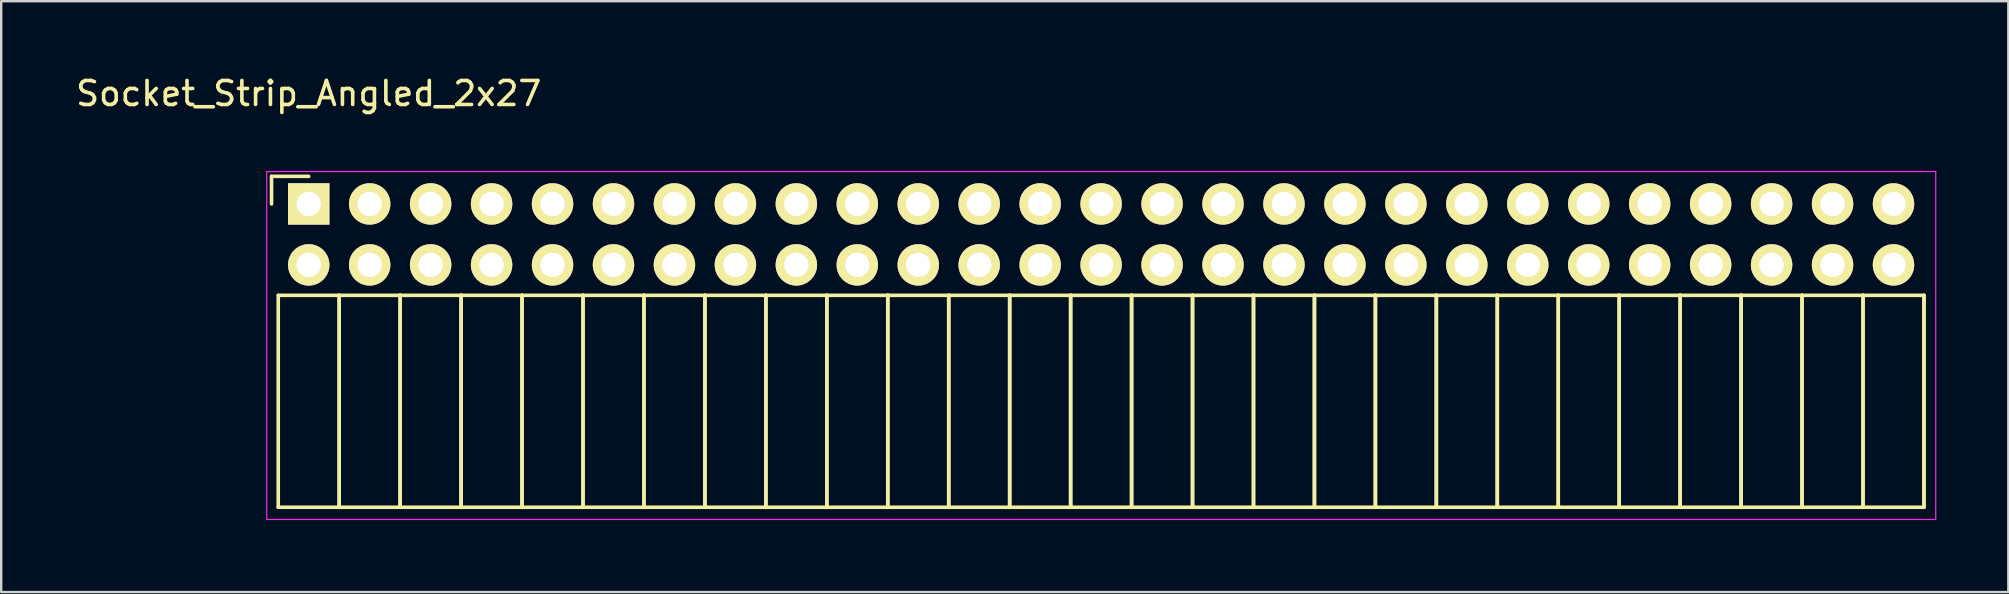
<source format=kicad_pcb>
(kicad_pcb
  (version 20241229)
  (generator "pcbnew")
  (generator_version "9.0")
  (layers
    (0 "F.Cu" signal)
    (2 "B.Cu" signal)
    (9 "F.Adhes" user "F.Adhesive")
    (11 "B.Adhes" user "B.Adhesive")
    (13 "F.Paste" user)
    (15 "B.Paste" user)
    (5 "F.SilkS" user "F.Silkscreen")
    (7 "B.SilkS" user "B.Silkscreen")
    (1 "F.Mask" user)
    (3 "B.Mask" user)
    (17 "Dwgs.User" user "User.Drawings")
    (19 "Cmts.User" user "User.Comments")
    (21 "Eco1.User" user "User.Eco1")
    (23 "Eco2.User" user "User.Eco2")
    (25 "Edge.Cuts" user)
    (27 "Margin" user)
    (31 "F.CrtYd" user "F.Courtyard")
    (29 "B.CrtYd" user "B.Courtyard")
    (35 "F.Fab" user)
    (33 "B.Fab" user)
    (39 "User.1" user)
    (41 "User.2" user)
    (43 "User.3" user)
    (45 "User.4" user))
  (footprint "Socket_Strip_Angled_2x27"
    (layer "F.Cu")
    (at 9.815 5.448)
    (property "Reference" "Socket_Strip_Angled_2x27" (at 0 -4.6 0) (layer "F.SilkS") (effects (font (size 1 1) (thickness 0.15))))
    (attr through_hole)
    (fp_line (start -1.55 -1.15) (end -1.55 0) (stroke (width 0.15) (type solid)) (layer "F.SilkS"))
    (fp_line (start -1.27 3.81) (end -1.27 12.64) (stroke (width 0.15) (type solid)) (layer "F.SilkS"))
    (fp_line (start -1.27 3.81) (end 1.27 3.81) (stroke (width 0.15) (type solid)) (layer "F.SilkS"))
    (fp_line (start -1.27 12.64) (end 1.27 12.64) (stroke (width 0.15) (type solid)) (layer "F.SilkS"))
    (fp_line (start 0 -1.15) (end -1.55 -1.15) (stroke (width 0.15) (type solid)) (layer "F.SilkS"))
    (fp_line (start 1.27 3.81) (end 1.27 12.64) (stroke (width 0.15) (type solid)) (layer "F.SilkS"))
    (fp_line (start 1.27 3.81) (end 3.81 3.81) (stroke (width 0.15) (type solid)) (layer "F.SilkS"))
    (fp_line (start 1.27 12.64) (end 1.27 3.81) (stroke (width 0.15) (type solid)) (layer "F.SilkS"))
    (fp_line (start 1.27 12.64) (end 3.81 12.64) (stroke (width 0.15) (type solid)) (layer "F.SilkS"))
    (fp_line (start 3.81 3.81) (end 3.81 12.64) (stroke (width 0.15) (type solid)) (layer "F.SilkS"))
    (fp_line (start 3.81 3.81) (end 6.35 3.81) (stroke (width 0.15) (type solid)) (layer "F.SilkS"))
    (fp_line (start 3.81 12.64) (end 3.81 3.81) (stroke (width 0.15) (type solid)) (layer "F.SilkS"))
    (fp_line (start 3.81 12.64) (end 6.35 12.64) (stroke (width 0.15) (type solid)) (layer "F.SilkS"))
    (fp_line (start 6.35 3.81) (end 6.35 12.64) (stroke (width 0.15) (type solid)) (layer "F.SilkS"))
    (fp_line (start 6.35 3.81) (end 8.89 3.81) (stroke (width 0.15) (type solid)) (layer "F.SilkS"))
    (fp_line (start 6.35 12.64) (end 6.35 3.81) (stroke (width 0.15) (type solid)) (layer "F.SilkS"))
    (fp_line (start 6.35 12.64) (end 8.89 12.64) (stroke (width 0.15) (type solid)) (layer "F.SilkS"))
    (fp_line (start 8.89 3.81) (end 8.89 12.64) (stroke (width 0.15) (type solid)) (layer "F.SilkS"))
    (fp_line (start 8.89 3.81) (end 11.43 3.81) (stroke (width 0.15) (type solid)) (layer "F.SilkS"))
    (fp_line (start 8.89 12.64) (end 8.89 3.81) (stroke (width 0.15) (type solid)) (layer "F.SilkS"))
    (fp_line (start 8.89 12.64) (end 11.43 12.64) (stroke (width 0.15) (type solid)) (layer "F.SilkS"))
    (fp_line (start 11.43 3.81) (end 11.43 12.64) (stroke (width 0.15) (type solid)) (layer "F.SilkS"))
    (fp_line (start 11.43 3.81) (end 13.97 3.81) (stroke (width 0.15) (type solid)) (layer "F.SilkS"))
    (fp_line (start 11.43 12.64) (end 11.43 3.81) (stroke (width 0.15) (type solid)) (layer "F.SilkS"))
    (fp_line (start 11.43 12.64) (end 13.97 12.64) (stroke (width 0.15) (type solid)) (layer "F.SilkS"))
    (fp_line (start 13.97 3.81) (end 13.97 12.64) (stroke (width 0.15) (type solid)) (layer "F.SilkS"))
    (fp_line (start 13.97 3.81) (end 16.51 3.81) (stroke (width 0.15) (type solid)) (layer "F.SilkS"))
    (fp_line (start 13.97 12.64) (end 13.97 3.81) (stroke (width 0.15) (type solid)) (layer "F.SilkS"))
    (fp_line (start 13.97 12.64) (end 16.51 12.64) (stroke (width 0.15) (type solid)) (layer "F.SilkS"))
    (fp_line (start 16.51 3.81) (end 16.51 12.64) (stroke (width 0.15) (type solid)) (layer "F.SilkS"))
    (fp_line (start 16.51 3.81) (end 19.05 3.81) (stroke (width 0.15) (type solid)) (layer "F.SilkS"))
    (fp_line (start 16.51 12.64) (end 16.51 3.81) (stroke (width 0.15) (type solid)) (layer "F.SilkS"))
    (fp_line (start 16.51 12.64) (end 19.05 12.64) (stroke (width 0.15) (type solid)) (layer "F.SilkS"))
    (fp_line (start 19.05 3.81) (end 19.05 12.64) (stroke (width 0.15) (type solid)) (layer "F.SilkS"))
    (fp_line (start 19.05 3.81) (end 21.59 3.81) (stroke (width 0.15) (type solid)) (layer "F.SilkS"))
    (fp_line (start 19.05 12.64) (end 19.05 3.81) (stroke (width 0.15) (type solid)) (layer "F.SilkS"))
    (fp_line (start 19.05 12.64) (end 21.59 12.64) (stroke (width 0.15) (type solid)) (layer "F.SilkS"))
    (fp_line (start 21.59 3.81) (end 21.59 12.64) (stroke (width 0.15) (type solid)) (layer "F.SilkS"))
    (fp_line (start 21.59 3.81) (end 24.13 3.81) (stroke (width 0.15) (type solid)) (layer "F.SilkS"))
    (fp_line (start 21.59 12.64) (end 21.59 3.81) (stroke (width 0.15) (type solid)) (layer "F.SilkS"))
    (fp_line (start 21.59 12.64) (end 24.13 12.64) (stroke (width 0.15) (type solid)) (layer "F.SilkS"))
    (fp_line (start 24.13 3.81) (end 24.13 12.64) (stroke (width 0.15) (type solid)) (layer "F.SilkS"))
    (fp_line (start 24.13 3.81) (end 26.67 3.81) (stroke (width 0.15) (type solid)) (layer "F.SilkS"))
    (fp_line (start 24.13 12.64) (end 24.13 3.81) (stroke (width 0.15) (type solid)) (layer "F.SilkS"))
    (fp_line (start 24.13 12.64) (end 26.67 12.64) (stroke (width 0.15) (type solid)) (layer "F.SilkS"))
    (fp_line (start 26.67 3.81) (end 26.67 12.64) (stroke (width 0.15) (type solid)) (layer "F.SilkS"))
    (fp_line (start 26.67 3.81) (end 29.21 3.81) (stroke (width 0.15) (type solid)) (layer "F.SilkS"))
    (fp_line (start 26.67 12.64) (end 26.67 3.81) (stroke (width 0.15) (type solid)) (layer "F.SilkS"))
    (fp_line (start 26.67 12.64) (end 29.21 12.64) (stroke (width 0.15) (type solid)) (layer "F.SilkS"))
    (fp_line (start 29.21 3.81) (end 29.21 12.64) (stroke (width 0.15) (type solid)) (layer "F.SilkS"))
    (fp_line (start 29.21 3.81) (end 31.75 3.81) (stroke (width 0.15) (type solid)) (layer "F.SilkS"))
    (fp_line (start 29.21 12.64) (end 29.21 3.81) (stroke (width 0.15) (type solid)) (layer "F.SilkS"))
    (fp_line (start 29.21 12.64) (end 31.75 12.64) (stroke (width 0.15) (type solid)) (layer "F.SilkS"))
    (fp_line (start 31.75 3.81) (end 31.75 12.64) (stroke (width 0.15) (type solid)) (layer "F.SilkS"))
    (fp_line (start 31.75 3.81) (end 34.29 3.81) (stroke (width 0.15) (type solid)) (layer "F.SilkS"))
    (fp_line (start 31.75 12.64) (end 31.75 3.81) (stroke (width 0.15) (type solid)) (layer "F.SilkS"))
    (fp_line (start 31.75 12.64) (end 34.29 12.64) (stroke (width 0.15) (type solid)) (layer "F.SilkS"))
    (fp_line (start 34.29 3.81) (end 34.29 12.64) (stroke (width 0.15) (type solid)) (layer "F.SilkS"))
    (fp_line (start 34.29 3.81) (end 36.83 3.81) (stroke (width 0.15) (type solid)) (layer "F.SilkS"))
    (fp_line (start 34.29 12.64) (end 34.29 3.81) (stroke (width 0.15) (type solid)) (layer "F.SilkS"))
    (fp_line (start 34.29 12.64) (end 36.83 12.64) (stroke (width 0.15) (type solid)) (layer "F.SilkS"))
    (fp_line (start 36.83 3.81) (end 36.83 12.64) (stroke (width 0.15) (type solid)) (layer "F.SilkS"))
    (fp_line (start 36.83 3.81) (end 39.37 3.81) (stroke (width 0.15) (type solid)) (layer "F.SilkS"))
    (fp_line (start 36.83 12.64) (end 36.83 3.81) (stroke (width 0.15) (type solid)) (layer "F.SilkS"))
    (fp_line (start 36.83 12.64) (end 39.37 12.64) (stroke (width 0.15) (type solid)) (layer "F.SilkS"))
    (fp_line (start 39.37 3.81) (end 39.37 12.64) (stroke (width 0.15) (type solid)) (layer "F.SilkS"))
    (fp_line (start 39.37 3.81) (end 41.91 3.81) (stroke (width 0.15) (type solid)) (layer "F.SilkS"))
    (fp_line (start 39.37 12.64) (end 39.37 3.81) (stroke (width 0.15) (type solid)) (layer "F.SilkS"))
    (fp_line (start 39.37 12.64) (end 41.91 12.64) (stroke (width 0.15) (type solid)) (layer "F.SilkS"))
    (fp_line (start 41.91 3.81) (end 41.91 12.64) (stroke (width 0.15) (type solid)) (layer "F.SilkS"))
    (fp_line (start 41.91 3.81) (end 44.45 3.81) (stroke (width 0.15) (type solid)) (layer "F.SilkS"))
    (fp_line (start 41.91 12.64) (end 41.91 3.81) (stroke (width 0.15) (type solid)) (layer "F.SilkS"))
    (fp_line (start 41.91 12.64) (end 44.45 12.64) (stroke (width 0.15) (type solid)) (layer "F.SilkS"))
    (fp_line (start 44.45 3.81) (end 44.45 12.64) (stroke (width 0.15) (type solid)) (layer "F.SilkS"))
    (fp_line (start 44.45 3.81) (end 46.99 3.81) (stroke (width 0.15) (type solid)) (layer "F.SilkS"))
    (fp_line (start 44.45 12.64) (end 44.45 3.81) (stroke (width 0.15) (type solid)) (layer "F.SilkS"))
    (fp_line (start 44.45 12.64) (end 46.99 12.64) (stroke (width 0.15) (type solid)) (layer "F.SilkS"))
    (fp_line (start 46.99 3.81) (end 46.99 12.64) (stroke (width 0.15) (type solid)) (layer "F.SilkS"))
    (fp_line (start 46.99 3.81) (end 49.53 3.81) (stroke (width 0.15) (type solid)) (layer "F.SilkS"))
    (fp_line (start 46.99 12.64) (end 46.99 3.81) (stroke (width 0.15) (type solid)) (layer "F.SilkS"))
    (fp_line (start 46.99 12.64) (end 49.53 12.64) (stroke (width 0.15) (type solid)) (layer "F.SilkS"))
    (fp_line (start 49.53 3.81) (end 49.53 12.64) (stroke (width 0.15) (type solid)) (layer "F.SilkS"))
    (fp_line (start 49.53 3.81) (end 52.07 3.81) (stroke (width 0.15) (type solid)) (layer "F.SilkS"))
    (fp_line (start 49.53 12.64) (end 49.53 3.81) (stroke (width 0.15) (type solid)) (layer "F.SilkS"))
    (fp_line (start 49.53 12.64) (end 52.07 12.64) (stroke (width 0.15) (type solid)) (layer "F.SilkS"))
    (fp_line (start 52.07 3.81) (end 52.07 12.64) (stroke (width 0.15) (type solid)) (layer "F.SilkS"))
    (fp_line (start 52.07 3.81) (end 54.61 3.81) (stroke (width 0.15) (type solid)) (layer "F.SilkS"))
    (fp_line (start 52.07 12.64) (end 52.07 3.81) (stroke (width 0.15) (type solid)) (layer "F.SilkS"))
    (fp_line (start 52.07 12.64) (end 54.61 12.64) (stroke (width 0.15) (type solid)) (layer "F.SilkS"))
    (fp_line (start 54.61 3.81) (end 54.61 12.64) (stroke (width 0.15) (type solid)) (layer "F.SilkS"))
    (fp_line (start 54.61 3.81) (end 57.15 3.81) (stroke (width 0.15) (type solid)) (layer "F.SilkS"))
    (fp_line (start 54.61 12.64) (end 54.61 3.81) (stroke (width 0.15) (type solid)) (layer "F.SilkS"))
    (fp_line (start 54.61 12.64) (end 57.15 12.64) (stroke (width 0.15) (type solid)) (layer "F.SilkS"))
    (fp_line (start 57.15 3.81) (end 57.15 12.64) (stroke (width 0.15) (type solid)) (layer "F.SilkS"))
    (fp_line (start 57.15 3.81) (end 59.69 3.81) (stroke (width 0.15) (type solid)) (layer "F.SilkS"))
    (fp_line (start 57.15 12.64) (end 57.15 3.81) (stroke (width 0.15) (type solid)) (layer "F.SilkS"))
    (fp_line (start 57.15 12.64) (end 59.69 12.64) (stroke (width 0.15) (type solid)) (layer "F.SilkS"))
    (fp_line (start 59.69 3.81) (end 59.69 12.64) (stroke (width 0.15) (type solid)) (layer "F.SilkS"))
    (fp_line (start 59.69 3.81) (end 62.23 3.81) (stroke (width 0.15) (type solid)) (layer "F.SilkS"))
    (fp_line (start 59.69 12.64) (end 59.69 3.81) (stroke (width 0.15) (type solid)) (layer "F.SilkS"))
    (fp_line (start 59.69 12.64) (end 62.23 12.64) (stroke (width 0.15) (type solid)) (layer "F.SilkS"))
    (fp_line (start 62.23 3.81) (end 62.23 12.64) (stroke (width 0.15) (type solid)) (layer "F.SilkS"))
    (fp_line (start 62.23 3.81) (end 64.77 3.81) (stroke (width 0.15) (type solid)) (layer "F.SilkS"))
    (fp_line (start 62.23 12.64) (end 62.23 3.81) (stroke (width 0.15) (type solid)) (layer "F.SilkS"))
    (fp_line (start 62.23 12.64) (end 64.77 12.64) (stroke (width 0.15) (type solid)) (layer "F.SilkS"))
    (fp_line (start 64.77 3.81) (end 64.77 12.64) (stroke (width 0.15) (type solid)) (layer "F.SilkS"))
    (fp_line (start 64.77 3.81) (end 67.31 3.81) (stroke (width 0.15) (type solid)) (layer "F.SilkS"))
    (fp_line (start 64.77 12.64) (end 64.77 3.81) (stroke (width 0.15) (type solid)) (layer "F.SilkS"))
    (fp_line (start 64.77 12.64) (end 67.31 12.64) (stroke (width 0.15) (type solid)) (layer "F.SilkS"))
    (fp_line (start 67.31 3.81) (end 67.31 12.64) (stroke (width 0.15) (type solid)) (layer "F.SilkS"))
    (fp_line (start 67.31 12.64) (end 67.31 3.81) (stroke (width 0.15) (type solid)) (layer "F.SilkS"))
    (fp_line (start -1.75 -1.35) (end -1.75 13.15) (stroke (width 0.05) (type solid)) (layer "F.CrtYd"))
    (fp_line (start -1.75 -1.35) (end 67.8 -1.35) (stroke (width 0.05) (type solid)) (layer "F.CrtYd"))
    (fp_line (start -1.75 13.15) (end 67.8 13.15) (stroke (width 0.05) (type solid)) (layer "F.CrtYd"))
    (fp_line (start 67.8 -1.35) (end 67.8 13.15) (stroke (width 0.05) (type solid)) (layer "F.CrtYd"))
    (pad "1" thru_hole rect (at 0 0) (size 1.727 1.727) (drill 1.016) (layers "*.Cu" "*.Mask" "F.SilkS"))
    (pad "2" thru_hole oval (at 0 2.54) (size 1.727 1.727) (drill 1.016) (layers "*.Cu" "*.Mask" "F.SilkS"))
    (pad "3" thru_hole oval (at 2.54 0) (size 1.727 1.727) (drill 1.016) (layers "*.Cu" "*.Mask" "F.SilkS"))
    (pad "4" thru_hole oval (at 2.54 2.54) (size 1.727 1.727) (drill 1.016) (layers "*.Cu" "*.Mask" "F.SilkS"))
    (pad "5" thru_hole oval (at 5.08 0) (size 1.727 1.727) (drill 1.016) (layers "*.Cu" "*.Mask" "F.SilkS"))
    (pad "6" thru_hole oval (at 5.08 2.54) (size 1.727 1.727) (drill 1.016) (layers "*.Cu" "*.Mask" "F.SilkS"))
    (pad "7" thru_hole oval (at 7.62 0) (size 1.727 1.727) (drill 1.016) (layers "*.Cu" "*.Mask" "F.SilkS"))
    (pad "8" thru_hole oval (at 7.62 2.54) (size 1.727 1.727) (drill 1.016) (layers "*.Cu" "*.Mask" "F.SilkS"))
    (pad "9" thru_hole oval (at 10.16 0) (size 1.727 1.727) (drill 1.016) (layers "*.Cu" "*.Mask" "F.SilkS"))
    (pad "10" thru_hole oval (at 10.16 2.54) (size 1.727 1.727) (drill 1.016) (layers "*.Cu" "*.Mask" "F.SilkS"))
    (pad "11" thru_hole oval (at 12.7 0) (size 1.727 1.727) (drill 1.016) (layers "*.Cu" "*.Mask" "F.SilkS"))
    (pad "12" thru_hole oval (at 12.7 2.54) (size 1.727 1.727) (drill 1.016) (layers "*.Cu" "*.Mask" "F.SilkS"))
    (pad "13" thru_hole oval (at 15.24 0) (size 1.727 1.727) (drill 1.016) (layers "*.Cu" "*.Mask" "F.SilkS"))
    (pad "14" thru_hole oval (at 15.24 2.54) (size 1.727 1.727) (drill 1.016) (layers "*.Cu" "*.Mask" "F.SilkS"))
    (pad "15" thru_hole oval (at 17.78 0) (size 1.727 1.727) (drill 1.016) (layers "*.Cu" "*.Mask" "F.SilkS"))
    (pad "16" thru_hole oval (at 17.78 2.54) (size 1.727 1.727) (drill 1.016) (layers "*.Cu" "*.Mask" "F.SilkS"))
    (pad "17" thru_hole oval (at 20.32 0) (size 1.727 1.727) (drill 1.016) (layers "*.Cu" "*.Mask" "F.SilkS"))
    (pad "18" thru_hole oval (at 20.32 2.54) (size 1.727 1.727) (drill 1.016) (layers "*.Cu" "*.Mask" "F.SilkS"))
    (pad "19" thru_hole oval (at 22.86 0) (size 1.727 1.727) (drill 1.016) (layers "*.Cu" "*.Mask" "F.SilkS"))
    (pad "20" thru_hole oval (at 22.86 2.54) (size 1.727 1.727) (drill 1.016) (layers "*.Cu" "*.Mask" "F.SilkS"))
    (pad "21" thru_hole oval (at 25.4 0) (size 1.727 1.727) (drill 1.016) (layers "*.Cu" "*.Mask" "F.SilkS"))
    (pad "22" thru_hole oval (at 25.4 2.54) (size 1.727 1.727) (drill 1.016) (layers "*.Cu" "*.Mask" "F.SilkS"))
    (pad "23" thru_hole oval (at 27.94 0) (size 1.727 1.727) (drill 1.016) (layers "*.Cu" "*.Mask" "F.SilkS"))
    (pad "24" thru_hole oval (at 27.94 2.54) (size 1.727 1.727) (drill 1.016) (layers "*.Cu" "*.Mask" "F.SilkS"))
    (pad "25" thru_hole oval (at 30.48 0) (size 1.727 1.727) (drill 1.016) (layers "*.Cu" "*.Mask" "F.SilkS"))
    (pad "26" thru_hole oval (at 30.48 2.54) (size 1.727 1.727) (drill 1.016) (layers "*.Cu" "*.Mask" "F.SilkS"))
    (pad "27" thru_hole oval (at 33.02 0) (size 1.727 1.727) (drill 1.016) (layers "*.Cu" "*.Mask" "F.SilkS"))
    (pad "28" thru_hole oval (at 33.02 2.54) (size 1.727 1.727) (drill 1.016) (layers "*.Cu" "*.Mask" "F.SilkS"))
    (pad "29" thru_hole oval (at 35.56 0) (size 1.727 1.727) (drill 1.016) (layers "*.Cu" "*.Mask" "F.SilkS"))
    (pad "30" thru_hole oval (at 35.56 2.54) (size 1.727 1.727) (drill 1.016) (layers "*.Cu" "*.Mask" "F.SilkS"))
    (pad "31" thru_hole oval (at 38.1 0) (size 1.727 1.727) (drill 1.016) (layers "*.Cu" "*.Mask" "F.SilkS"))
    (pad "32" thru_hole oval (at 38.1 2.54) (size 1.727 1.727) (drill 1.016) (layers "*.Cu" "*.Mask" "F.SilkS"))
    (pad "33" thru_hole oval (at 40.64 0) (size 1.727 1.727) (drill 1.016) (layers "*.Cu" "*.Mask" "F.SilkS"))
    (pad "34" thru_hole oval (at 40.64 2.54) (size 1.727 1.727) (drill 1.016) (layers "*.Cu" "*.Mask" "F.SilkS"))
    (pad "35" thru_hole oval (at 43.18 0) (size 1.727 1.727) (drill 1.016) (layers "*.Cu" "*.Mask" "F.SilkS"))
    (pad "36" thru_hole oval (at 43.18 2.54) (size 1.727 1.727) (drill 1.016) (layers "*.Cu" "*.Mask" "F.SilkS"))
    (pad "37" thru_hole oval (at 45.72 0) (size 1.727 1.727) (drill 1.016) (layers "*.Cu" "*.Mask" "F.SilkS"))
    (pad "38" thru_hole oval (at 45.72 2.54) (size 1.727 1.727) (drill 1.016) (layers "*.Cu" "*.Mask" "F.SilkS"))
    (pad "39" thru_hole oval (at 48.26 0) (size 1.727 1.727) (drill 1.016) (layers "*.Cu" "*.Mask" "F.SilkS"))
    (pad "40" thru_hole oval (at 48.26 2.54) (size 1.727 1.727) (drill 1.016) (layers "*.Cu" "*.Mask" "F.SilkS"))
    (pad "41" thru_hole oval (at 50.8 0) (size 1.727 1.727) (drill 1.016) (layers "*.Cu" "*.Mask" "F.SilkS"))
    (pad "42" thru_hole oval (at 50.8 2.54) (size 1.727 1.727) (drill 1.016) (layers "*.Cu" "*.Mask" "F.SilkS"))
    (pad "43" thru_hole oval (at 53.34 0) (size 1.727 1.727) (drill 1.016) (layers "*.Cu" "*.Mask" "F.SilkS"))
    (pad "44" thru_hole oval (at 53.34 2.54) (size 1.727 1.727) (drill 1.016) (layers "*.Cu" "*.Mask" "F.SilkS"))
    (pad "45" thru_hole oval (at 55.88 0) (size 1.727 1.727) (drill 1.016) (layers "*.Cu" "*.Mask" "F.SilkS"))
    (pad "46" thru_hole oval (at 55.88 2.54) (size 1.727 1.727) (drill 1.016) (layers "*.Cu" "*.Mask" "F.SilkS"))
    (pad "47" thru_hole oval (at 58.42 0) (size 1.727 1.727) (drill 1.016) (layers "*.Cu" "*.Mask" "F.SilkS"))
    (pad "48" thru_hole oval (at 58.42 2.54) (size 1.727 1.727) (drill 1.016) (layers "*.Cu" "*.Mask" "F.SilkS"))
    (pad "49" thru_hole oval (at 60.96 0) (size 1.727 1.727) (drill 1.016) (layers "*.Cu" "*.Mask" "F.SilkS"))
    (pad "50" thru_hole oval (at 60.96 2.54) (size 1.727 1.727) (drill 1.016) (layers "*.Cu" "*.Mask" "F.SilkS"))
    (pad "51" thru_hole oval (at 63.5 0) (size 1.727 1.727) (drill 1.016) (layers "*.Cu" "*.Mask" "F.SilkS"))
    (pad "52" thru_hole oval (at 63.5 2.54) (size 1.727 1.727) (drill 1.016) (layers "*.Cu" "*.Mask" "F.SilkS"))
    (pad "53" thru_hole oval (at 66.04 0) (size 1.727 1.727) (drill 1.016) (layers "*.Cu" "*.Mask" "F.SilkS"))
    (pad "54" thru_hole oval (at 66.04 2.54) (size 1.727 1.727) (drill 1.016) (layers "*.Cu" "*.Mask" "F.SilkS")))
  (gr_rect
    (start -3 -3)
    (end 80.64 21.623)
    (stroke (width 0.1) (type default))
    (fill no)
    (layer "Edge.Cuts")))
</source>
